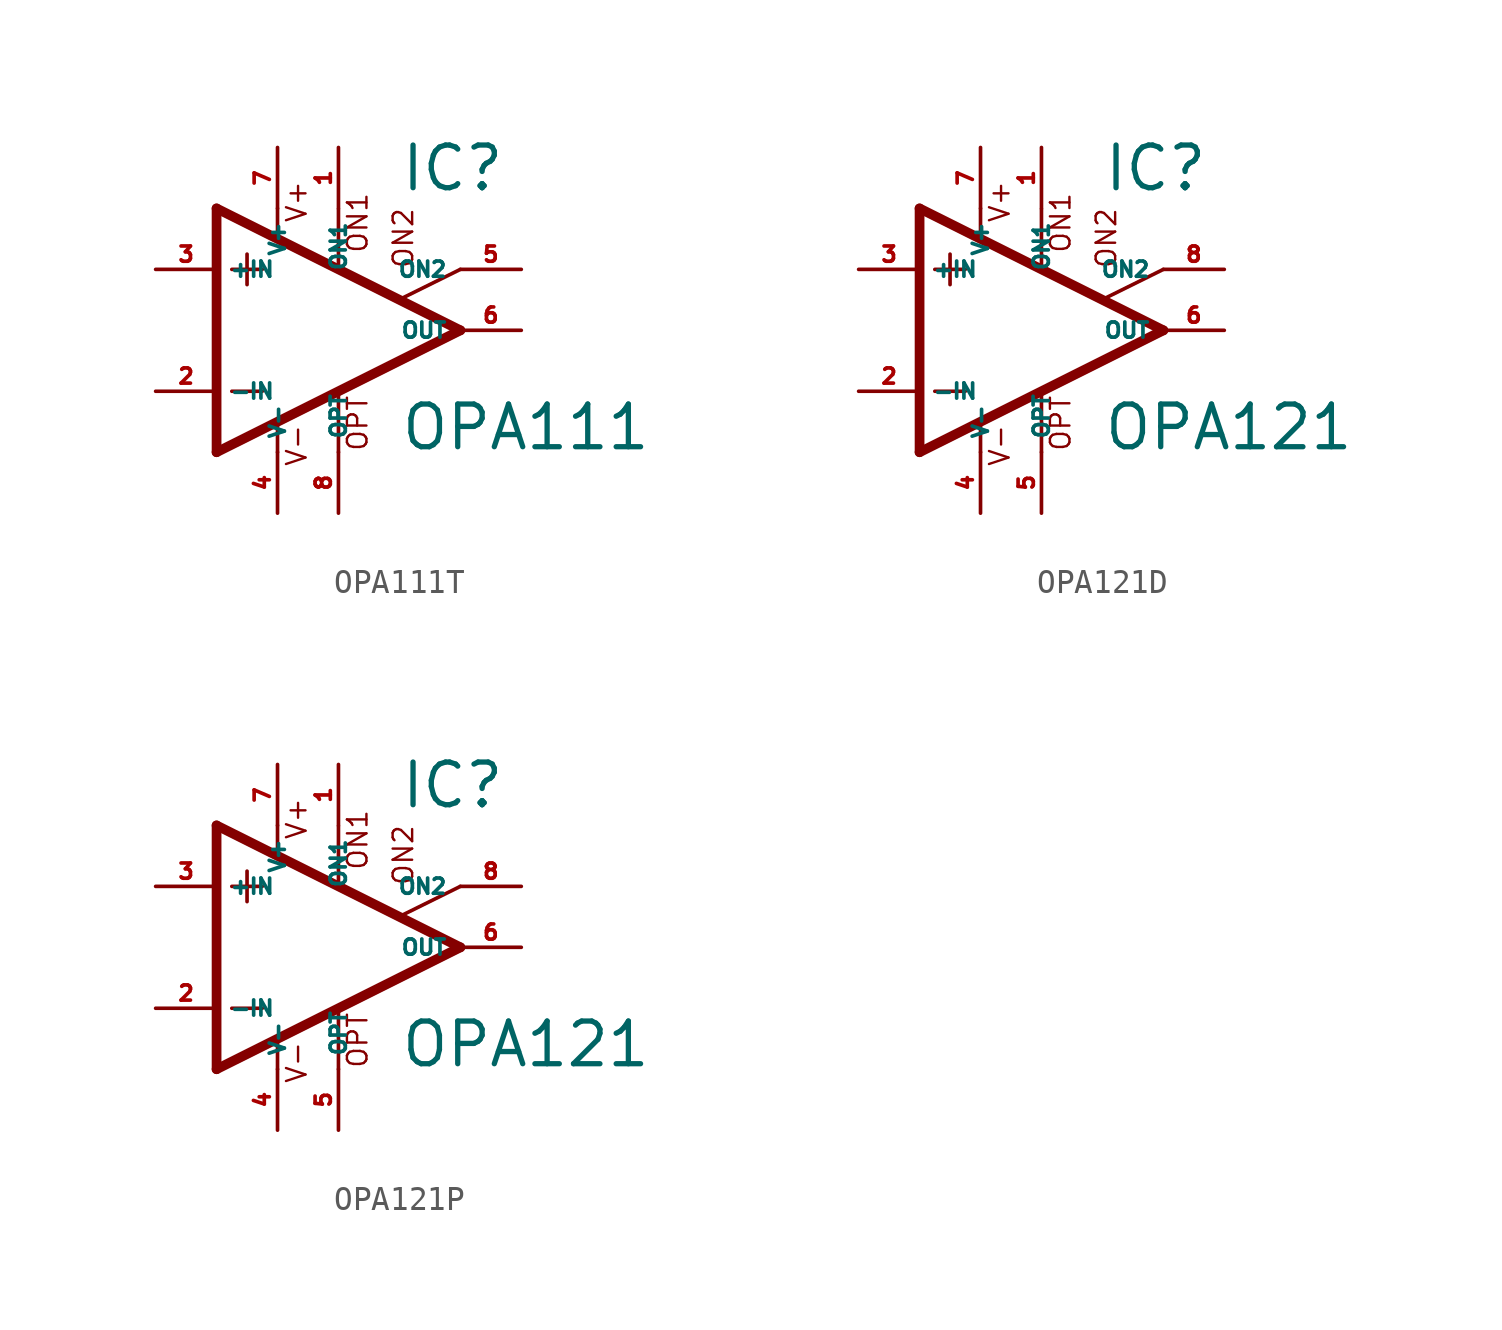
<source format=kicad_sym>
(kicad_symbol_lib
  (version 20220914)
  (generator Eagle2Kicad)
  (symbol "OPA111T"
    (property "Reference" "IC"
      (at 2.54 5.715 0)
      (effects (font (size 1.778 1.778) (thickness 0.22)) (justify left bottom)))
    (property "Value" "OPA111"
      (at 2.54 -5.08 0)
      (effects (font (size 1.778 1.778) (thickness 0.22)) (justify left bottom)))
    (polyline
      (pts (xy -3.81 3.175) (xy -3.81 1.905))
      (stroke (width 0.152) (type default))
      (fill (type none)))
    (polyline
      (pts (xy -4.445 2.54) (xy -3.175 2.54))
      (stroke (width 0.152) (type default))
      (fill (type none)))
    (polyline
      (pts (xy -4.445 -2.54) (xy -3.175 -2.54))
      (stroke (width 0.152) (type default))
      (fill (type none)))
    (polyline
      (pts (xy -2.54 5.08) (xy -2.54 3.886))
      (stroke (width 0.152) (type default))
      (fill (type none)))
    (polyline
      (pts (xy 0 5.055) (xy 0 2.616))
      (stroke (width 0.152) (type default))
      (fill (type none)))
    (polyline
      (pts (xy 0 -2.616) (xy 0 -5.08))
      (stroke (width 0.152) (type default))
      (fill (type none)))
    (polyline
      (pts (xy -2.54 -3.912) (xy -2.54 -5.08))
      (stroke (width 0.152) (type default))
      (fill (type none)))
    (polyline
      (pts (xy 5.08 2.54) (xy 2.616 1.321))
      (stroke (width 0.152) (type default))
      (fill (type none)))
    (polyline
      (pts (xy 5.08 0) (xy -5.08 5.08))
      (stroke (width 0.406) (type default))
      (fill (type none)))
    (polyline
      (pts (xy -5.08 5.08) (xy -5.08 -5.08))
      (stroke (width 0.406) (type default))
      (fill (type none)))
    (polyline
      (pts (xy -5.08 -5.08) (xy 5.08 0))
      (stroke (width 0.406) (type default))
      (fill (type none)))
    (text "ON1"
      (at 1.27 3.175 900)
      (effects (font (size 0.813 0.813) (thickness 0.10)) (justify left bottom)))
    (text "ON2"
      (at 3.175 2.54 900)
      (effects (font (size 0.813 0.813) (thickness 0.10)) (justify left bottom)))
    (text "OPT"
      (at 1.27 -5.08 900)
      (effects (font (size 0.813 0.813) (thickness 0.10)) (justify left bottom)))
    (text "V+"
      (at -1.27 4.445 900)
      (effects (font (size 0.813 0.813) (thickness 0.10)) (justify left bottom)))
    (text "V-"
      (at -1.27 -5.715 900)
      (effects (font (size 0.813 0.813) (thickness 0.10)) (justify left bottom)))
    (pin passive line
      (at 7.62 2.54 180)
      (length 2.54)
      (name "ON2" (effects (font (size 0.635 0.635) (thickness 0.08)) (justify left bottom)))
      (number "5" (effects (font (size 0.635 0.635) (thickness 0.08)) (justify left bottom))))
    (pin passive line
      (at 0 7.62 270)
      (length 2.54)
      (name "ON1" (effects (font (size 0.635 0.635) (thickness 0.08)) (justify left bottom)))
      (number "1" (effects (font (size 0.635 0.635) (thickness 0.08)) (justify left bottom))))
    (pin input line
      (at -7.62 -2.54 0)
      (length 2.54)
      (name "-IN" (effects (font (size 0.635 0.635) (thickness 0.08)) (justify left bottom)))
      (number "2" (effects (font (size 0.635 0.635) (thickness 0.08)) (justify left bottom))))
    (pin input line
      (at -7.62 2.54 0)
      (length 2.54)
      (name "+IN" (effects (font (size 0.635 0.635) (thickness 0.08)) (justify left bottom)))
      (number "3" (effects (font (size 0.635 0.635) (thickness 0.08)) (justify left bottom))))
    (pin output line
      (at 7.62 0 180)
      (length 2.54)
      (name "OUT" (effects (font (size 0.635 0.635) (thickness 0.08)) (justify left bottom)))
      (number "6" (effects (font (size 0.635 0.635) (thickness 0.08)) (justify left bottom))))
    (pin passive line
      (at 0 -7.62 90)
      (length 2.54)
      (name "OPT" (effects (font (size 0.635 0.635) (thickness 0.08)) (justify left bottom)))
      (number "8" (effects (font (size 0.635 0.635) (thickness 0.08)) (justify left bottom))))
    (pin unspecified line
      (at -2.54 7.62 270)
      (length 2.54)
      (name "V+" (effects (font (size 0.635 0.635) (thickness 0.08)) (justify left bottom)))
      (number "7" (effects (font (size 0.635 0.635) (thickness 0.08)) (justify left bottom))))
    (pin unspecified line
      (at -2.54 -7.62 90)
      (length 2.54)
      (name "V-" (effects (font (size 0.635 0.635) (thickness 0.08)) (justify left bottom)))
      (number "4" (effects (font (size 0.635 0.635) (thickness 0.08)) (justify left bottom)))))
  (symbol "OPA121D"
    (property "Reference" "IC"
      (at 2.54 5.715 0)
      (effects (font (size 1.778 1.778) (thickness 0.22)) (justify left bottom)))
    (property "Value" "OPA121"
      (at 2.54 -5.08 0)
      (effects (font (size 1.778 1.778) (thickness 0.22)) (justify left bottom)))
    (polyline
      (pts (xy -3.81 3.175) (xy -3.81 1.905))
      (stroke (width 0.152) (type default))
      (fill (type none)))
    (polyline
      (pts (xy -4.445 2.54) (xy -3.175 2.54))
      (stroke (width 0.152) (type default))
      (fill (type none)))
    (polyline
      (pts (xy -4.445 -2.54) (xy -3.175 -2.54))
      (stroke (width 0.152) (type default))
      (fill (type none)))
    (polyline
      (pts (xy -2.54 5.08) (xy -2.54 3.886))
      (stroke (width 0.152) (type default))
      (fill (type none)))
    (polyline
      (pts (xy 0 5.055) (xy 0 2.616))
      (stroke (width 0.152) (type default))
      (fill (type none)))
    (polyline
      (pts (xy 0 -2.616) (xy 0 -5.08))
      (stroke (width 0.152) (type default))
      (fill (type none)))
    (polyline
      (pts (xy -2.54 -3.912) (xy -2.54 -5.08))
      (stroke (width 0.152) (type default))
      (fill (type none)))
    (polyline
      (pts (xy 5.08 2.54) (xy 2.616 1.321))
      (stroke (width 0.152) (type default))
      (fill (type none)))
    (polyline
      (pts (xy 5.08 0) (xy -5.08 5.08))
      (stroke (width 0.406) (type default))
      (fill (type none)))
    (polyline
      (pts (xy -5.08 5.08) (xy -5.08 -5.08))
      (stroke (width 0.406) (type default))
      (fill (type none)))
    (polyline
      (pts (xy -5.08 -5.08) (xy 5.08 0))
      (stroke (width 0.406) (type default))
      (fill (type none)))
    (text "ON1"
      (at 1.27 3.175 900)
      (effects (font (size 0.813 0.813) (thickness 0.10)) (justify left bottom)))
    (text "ON2"
      (at 3.175 2.54 900)
      (effects (font (size 0.813 0.813) (thickness 0.10)) (justify left bottom)))
    (text "OPT"
      (at 1.27 -5.08 900)
      (effects (font (size 0.813 0.813) (thickness 0.10)) (justify left bottom)))
    (text "V+"
      (at -1.27 4.445 900)
      (effects (font (size 0.813 0.813) (thickness 0.10)) (justify left bottom)))
    (text "V-"
      (at -1.27 -5.715 900)
      (effects (font (size 0.813 0.813) (thickness 0.10)) (justify left bottom)))
    (pin passive line
      (at 7.62 2.54 180)
      (length 2.54)
      (name "ON2" (effects (font (size 0.635 0.635) (thickness 0.08)) (justify left bottom)))
      (number "8" (effects (font (size 0.635 0.635) (thickness 0.08)) (justify left bottom))))
    (pin passive line
      (at 0 7.62 270)
      (length 2.54)
      (name "ON1" (effects (font (size 0.635 0.635) (thickness 0.08)) (justify left bottom)))
      (number "1" (effects (font (size 0.635 0.635) (thickness 0.08)) (justify left bottom))))
    (pin input line
      (at -7.62 -2.54 0)
      (length 2.54)
      (name "-IN" (effects (font (size 0.635 0.635) (thickness 0.08)) (justify left bottom)))
      (number "2" (effects (font (size 0.635 0.635) (thickness 0.08)) (justify left bottom))))
    (pin input line
      (at -7.62 2.54 0)
      (length 2.54)
      (name "+IN" (effects (font (size 0.635 0.635) (thickness 0.08)) (justify left bottom)))
      (number "3" (effects (font (size 0.635 0.635) (thickness 0.08)) (justify left bottom))))
    (pin output line
      (at 7.62 0 180)
      (length 2.54)
      (name "OUT" (effects (font (size 0.635 0.635) (thickness 0.08)) (justify left bottom)))
      (number "6" (effects (font (size 0.635 0.635) (thickness 0.08)) (justify left bottom))))
    (pin passive line
      (at 0 -7.62 90)
      (length 2.54)
      (name "OPT" (effects (font (size 0.635 0.635) (thickness 0.08)) (justify left bottom)))
      (number "5" (effects (font (size 0.635 0.635) (thickness 0.08)) (justify left bottom))))
    (pin unspecified line
      (at -2.54 7.62 270)
      (length 2.54)
      (name "V+" (effects (font (size 0.635 0.635) (thickness 0.08)) (justify left bottom)))
      (number "7" (effects (font (size 0.635 0.635) (thickness 0.08)) (justify left bottom))))
    (pin unspecified line
      (at -2.54 -7.62 90)
      (length 2.54)
      (name "V-" (effects (font (size 0.635 0.635) (thickness 0.08)) (justify left bottom)))
      (number "4" (effects (font (size 0.635 0.635) (thickness 0.08)) (justify left bottom)))))
  (symbol "OPA121P"
    (property "Reference" "IC"
      (at 2.54 5.715 0)
      (effects (font (size 1.778 1.778) (thickness 0.22)) (justify left bottom)))
    (property "Value" "OPA121"
      (at 2.54 -5.08 0)
      (effects (font (size 1.778 1.778) (thickness 0.22)) (justify left bottom)))
    (polyline
      (pts (xy -3.81 3.175) (xy -3.81 1.905))
      (stroke (width 0.152) (type default))
      (fill (type none)))
    (polyline
      (pts (xy -4.445 2.54) (xy -3.175 2.54))
      (stroke (width 0.152) (type default))
      (fill (type none)))
    (polyline
      (pts (xy -4.445 -2.54) (xy -3.175 -2.54))
      (stroke (width 0.152) (type default))
      (fill (type none)))
    (polyline
      (pts (xy -2.54 5.08) (xy -2.54 3.886))
      (stroke (width 0.152) (type default))
      (fill (type none)))
    (polyline
      (pts (xy 0 5.055) (xy 0 2.616))
      (stroke (width 0.152) (type default))
      (fill (type none)))
    (polyline
      (pts (xy 0 -2.616) (xy 0 -5.08))
      (stroke (width 0.152) (type default))
      (fill (type none)))
    (polyline
      (pts (xy -2.54 -3.912) (xy -2.54 -5.08))
      (stroke (width 0.152) (type default))
      (fill (type none)))
    (polyline
      (pts (xy 5.08 2.54) (xy 2.616 1.321))
      (stroke (width 0.152) (type default))
      (fill (type none)))
    (polyline
      (pts (xy 5.08 0) (xy -5.08 5.08))
      (stroke (width 0.406) (type default))
      (fill (type none)))
    (polyline
      (pts (xy -5.08 5.08) (xy -5.08 -5.08))
      (stroke (width 0.406) (type default))
      (fill (type none)))
    (polyline
      (pts (xy -5.08 -5.08) (xy 5.08 0))
      (stroke (width 0.406) (type default))
      (fill (type none)))
    (text "ON1"
      (at 1.27 3.175 900)
      (effects (font (size 0.813 0.813) (thickness 0.10)) (justify left bottom)))
    (text "ON2"
      (at 3.175 2.54 900)
      (effects (font (size 0.813 0.813) (thickness 0.10)) (justify left bottom)))
    (text "OPT"
      (at 1.27 -5.08 900)
      (effects (font (size 0.813 0.813) (thickness 0.10)) (justify left bottom)))
    (text "V+"
      (at -1.27 4.445 900)
      (effects (font (size 0.813 0.813) (thickness 0.10)) (justify left bottom)))
    (text "V-"
      (at -1.27 -5.715 900)
      (effects (font (size 0.813 0.813) (thickness 0.10)) (justify left bottom)))
    (pin passive line
      (at 7.62 2.54 180)
      (length 2.54)
      (name "ON2" (effects (font (size 0.635 0.635) (thickness 0.08)) (justify left bottom)))
      (number "8" (effects (font (size 0.635 0.635) (thickness 0.08)) (justify left bottom))))
    (pin passive line
      (at 0 7.62 270)
      (length 2.54)
      (name "ON1" (effects (font (size 0.635 0.635) (thickness 0.08)) (justify left bottom)))
      (number "1" (effects (font (size 0.635 0.635) (thickness 0.08)) (justify left bottom))))
    (pin input line
      (at -7.62 -2.54 0)
      (length 2.54)
      (name "-IN" (effects (font (size 0.635 0.635) (thickness 0.08)) (justify left bottom)))
      (number "2" (effects (font (size 0.635 0.635) (thickness 0.08)) (justify left bottom))))
    (pin input line
      (at -7.62 2.54 0)
      (length 2.54)
      (name "+IN" (effects (font (size 0.635 0.635) (thickness 0.08)) (justify left bottom)))
      (number "3" (effects (font (size 0.635 0.635) (thickness 0.08)) (justify left bottom))))
    (pin output line
      (at 7.62 0 180)
      (length 2.54)
      (name "OUT" (effects (font (size 0.635 0.635) (thickness 0.08)) (justify left bottom)))
      (number "6" (effects (font (size 0.635 0.635) (thickness 0.08)) (justify left bottom))))
    (pin passive line
      (at 0 -7.62 90)
      (length 2.54)
      (name "OPT" (effects (font (size 0.635 0.635) (thickness 0.08)) (justify left bottom)))
      (number "5" (effects (font (size 0.635 0.635) (thickness 0.08)) (justify left bottom))))
    (pin unspecified line
      (at -2.54 7.62 270)
      (length 2.54)
      (name "V+" (effects (font (size 0.635 0.635) (thickness 0.08)) (justify left bottom)))
      (number "7" (effects (font (size 0.635 0.635) (thickness 0.08)) (justify left bottom))))
    (pin unspecified line
      (at -2.54 -7.62 90)
      (length 2.54)
      (name "V-" (effects (font (size 0.635 0.635) (thickness 0.08)) (justify left bottom)))
      (number "4" (effects (font (size 0.635 0.635) (thickness 0.08)) (justify left bottom))))))
</source>
